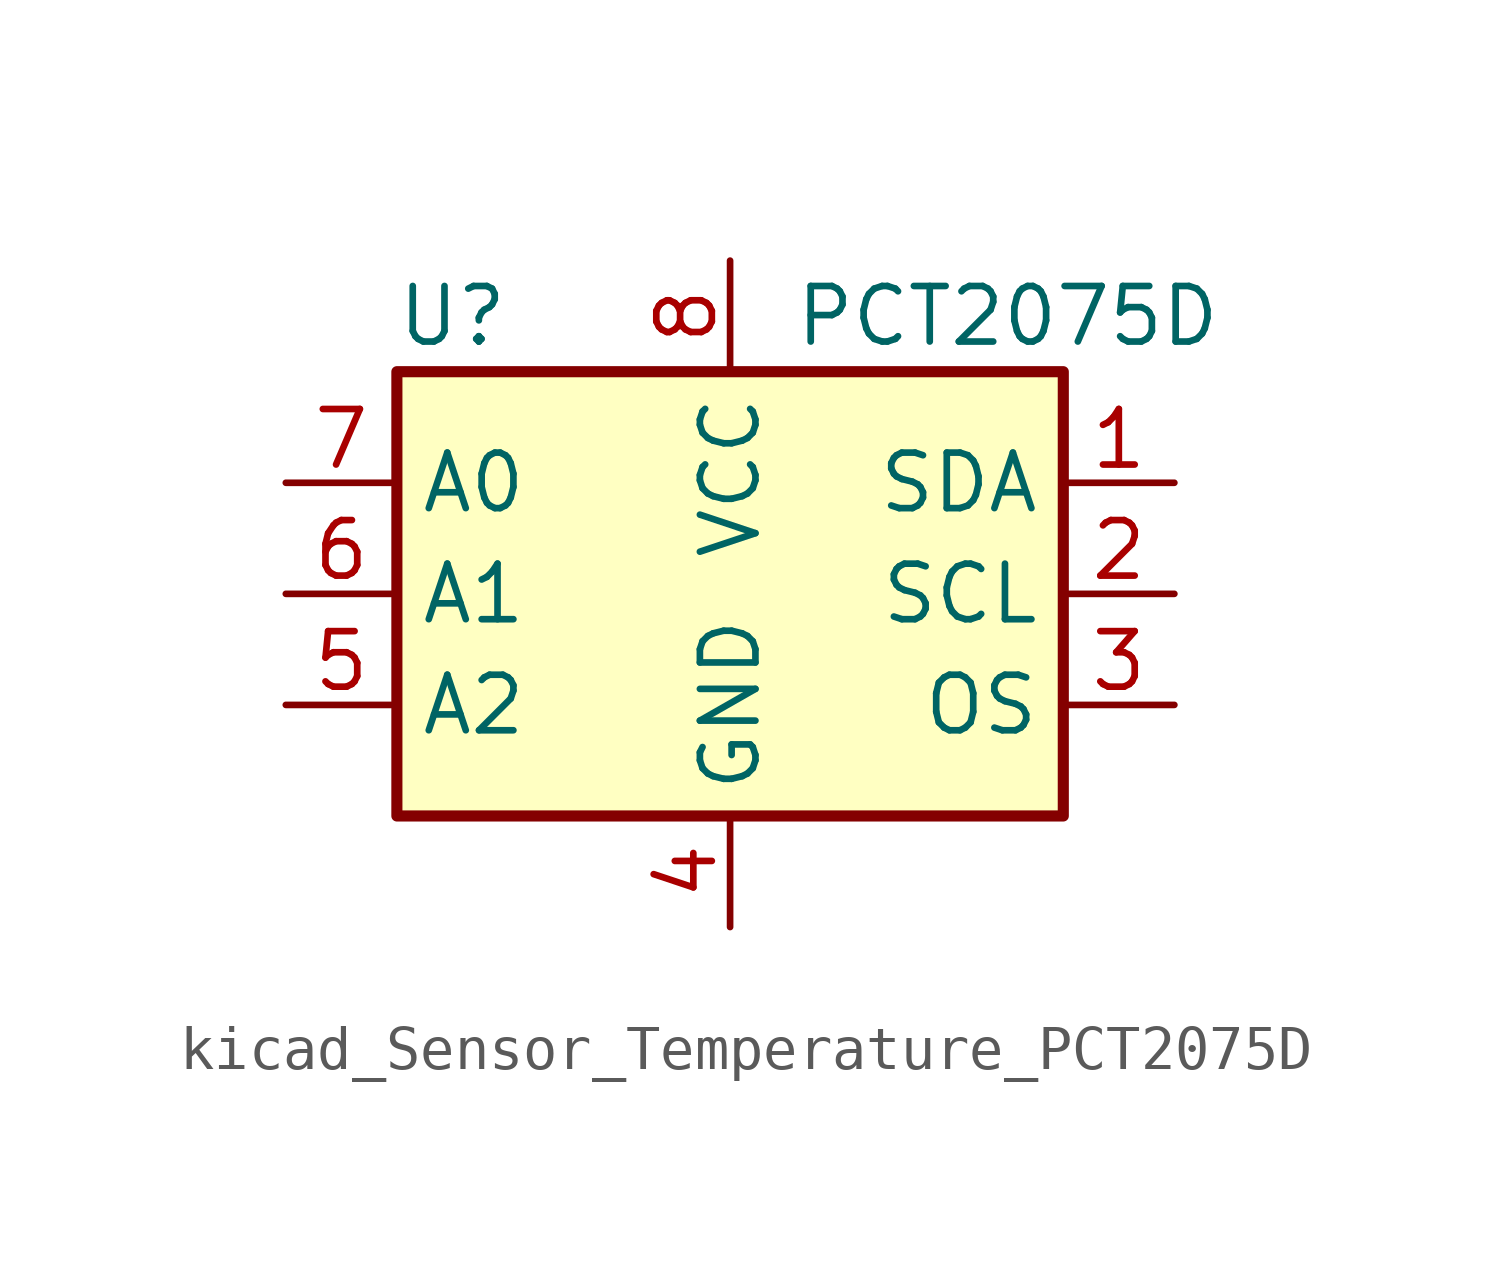
<source format=kicad_sym>
(kicad_symbol_lib
  (version 20220914)
  (generator kicad_symbol_editor)
  (symbol "kicad_Sensor_Temperature_PCT2075D"
    (property "Reference" "U"
      (at -6.35 6.35 0)
      (effects (font (size 1.27 1.27))))
    (property "Value" "PCT2075D"
      (at 6.35 6.35 0)
      (effects (font (size 1.27 1.27))))
    (symbol "kicad_Sensor_Temperature_PCT2075D_0_1"
      (rectangle (start -7.62 5.08) (end 7.62 -5.08) (stroke (width 0.254) (type default)) (fill (type background))))
    (symbol "kicad_Sensor_Temperature_PCT2075D_1_1"
      (pin bidirectional line (at 10.16 2.54 180) (length 2.54) (name "SDA" (effects (font (size 1.27 1.27)))) (number "1" (effects (font (size 1.27 1.27)))))
      (pin input line (at 10.16 0 180) (length 2.54) (name "SCL" (effects (font (size 1.27 1.27)))) (number "2" (effects (font (size 1.27 1.27)))))
      (pin open_collector line (at 10.16 -2.54 180) (length 2.54) (name "OS" (effects (font (size 1.27 1.27)))) (number "3" (effects (font (size 1.27 1.27)))))
      (pin power_in line (at 0 -7.62 90) (length 2.54) (name "GND" (effects (font (size 1.27 1.27)))) (number "4" (effects (font (size 1.27 1.27)))))
      (pin input line (at -10.16 -2.54 0) (length 2.54) (name "A2" (effects (font (size 1.27 1.27)))) (number "5" (effects (font (size 1.27 1.27)))))
      (pin input line (at -10.16 0 0) (length 2.54) (name "A1" (effects (font (size 1.27 1.27)))) (number "6" (effects (font (size 1.27 1.27)))))
      (pin input line (at -10.16 2.54 0) (length 2.54) (name "A0" (effects (font (size 1.27 1.27)))) (number "7" (effects (font (size 1.27 1.27)))))
      (pin power_in line (at 0 7.62 270) (length 2.54) (name "VCC" (effects (font (size 1.27 1.27)))) (number "8" (effects (font (size 1.27 1.27))))))))
</source>
